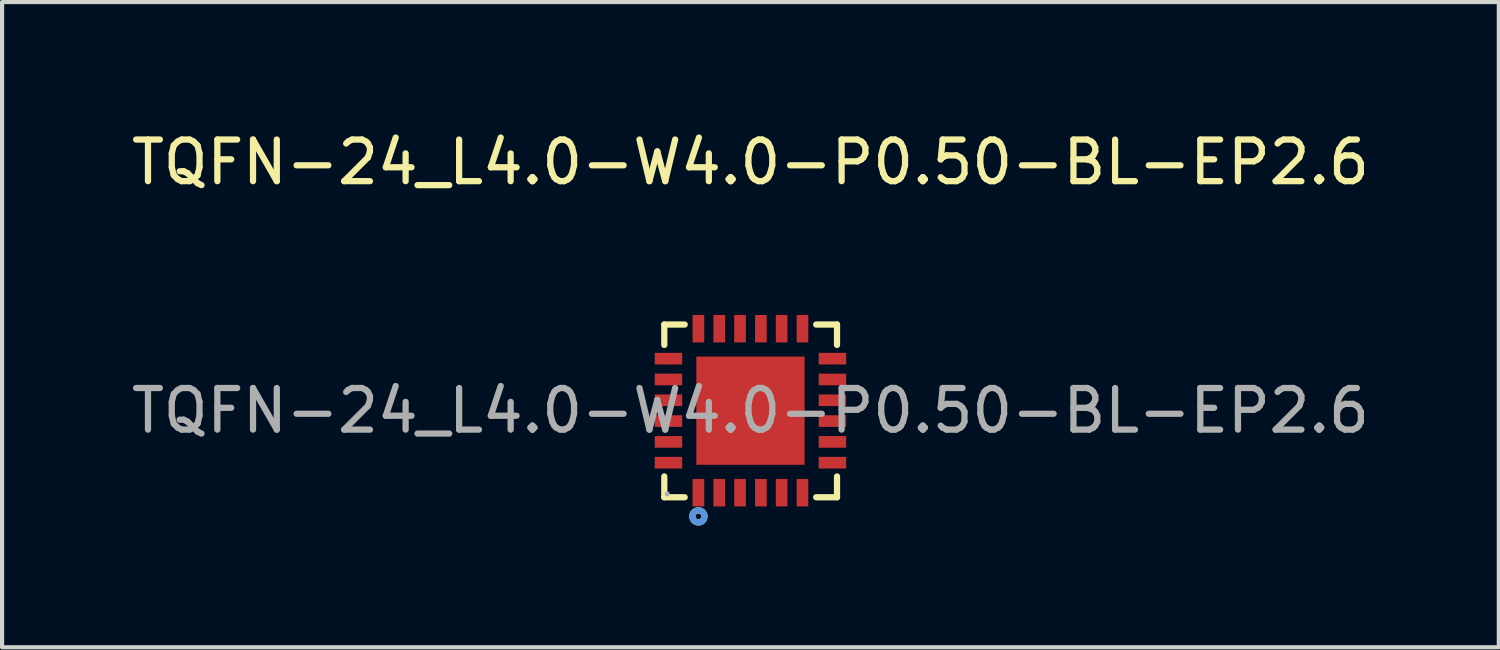
<source format=kicad_pcb>
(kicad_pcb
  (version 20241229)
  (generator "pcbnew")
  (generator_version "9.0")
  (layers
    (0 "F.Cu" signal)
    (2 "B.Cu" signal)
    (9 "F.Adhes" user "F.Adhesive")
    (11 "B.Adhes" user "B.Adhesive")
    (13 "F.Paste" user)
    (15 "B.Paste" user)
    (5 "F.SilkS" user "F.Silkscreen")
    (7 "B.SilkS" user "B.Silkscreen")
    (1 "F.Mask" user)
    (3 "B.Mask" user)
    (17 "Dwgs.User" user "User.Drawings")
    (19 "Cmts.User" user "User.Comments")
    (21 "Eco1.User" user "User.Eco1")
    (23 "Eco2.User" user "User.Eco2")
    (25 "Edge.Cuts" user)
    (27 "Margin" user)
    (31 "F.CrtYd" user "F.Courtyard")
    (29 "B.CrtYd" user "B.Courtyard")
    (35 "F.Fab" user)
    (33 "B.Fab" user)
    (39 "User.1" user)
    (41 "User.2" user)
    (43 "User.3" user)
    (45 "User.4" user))
  (footprint "TQFN-24_L4.0-W4.0-P0.50-BL-EP2.6"
    (layer "F.Cu")
    (at 14.982 6.818)
    (property "Reference" "TQFN-24_L4.0-W4.0-P0.50-BL-EP2.6" (at 0 -5.97 0) (layer "F.SilkS") (effects (font (size 1 1) (thickness 0.15))))
    (attr smd)
    (fp_line (start -2.07 -2.07) (end -1.58 -2.07) (stroke (width 0.15) (type solid)) (layer "F.SilkS"))
    (fp_line (start -2.07 -1.58) (end -2.07 -2.07) (stroke (width 0.15) (type solid)) (layer "F.SilkS"))
    (fp_line (start -2.07 1.58) (end -2.07 2.08) (stroke (width 0.15) (type solid)) (layer "F.SilkS"))
    (fp_line (start -2.07 2.08) (end -1.58 2.08) (stroke (width 0.15) (type solid)) (layer "F.SilkS"))
    (fp_line (start 2.08 -2.07) (end 1.58 -2.07) (stroke (width 0.15) (type solid)) (layer "F.SilkS"))
    (fp_line (start 2.08 -1.58) (end 2.08 -2.07) (stroke (width 0.15) (type solid)) (layer "F.SilkS"))
    (fp_line (start 2.08 1.58) (end 2.08 2.08) (stroke (width 0.15) (type solid)) (layer "F.SilkS"))
    (fp_line (start 2.08 2.08) (end 1.58 2.08) (stroke (width 0.15) (type solid)) (layer "F.SilkS"))
    (fp_circle (center -1.25 2.54) (end -1.18 2.54) (stroke (width 0.15) (type solid)) (fill no) (layer "F.SilkS"))
    (fp_circle (center -1.25 2.54) (end -1.18 2.54) (stroke (width 0.15) (type solid)) (fill no) (layer "Cmts.User"))
    (fp_circle (center -2 2) (end -1.97 2) (stroke (width 0.06) (type solid)) (fill no) (layer "F.Fab"))
    (fp_text user "${REFERENCE}" (at 0 0 0) (layer "F.Fab") (effects (font (size 1 1) (thickness 0.15))))
    (pad "1" smd rect (at -1.25 1.97 90) (size 0.66 0.28) (layers "F.Cu" "F.Mask" "F.Paste"))
    (pad "2" smd rect (at -0.75 1.97 90) (size 0.66 0.28) (layers "F.Cu" "F.Mask" "F.Paste"))
    (pad "3" smd rect (at -0.25 1.97 90) (size 0.66 0.28) (layers "F.Cu" "F.Mask" "F.Paste"))
    (pad "4" smd rect (at 0.25 1.97 90) (size 0.66 0.28) (layers "F.Cu" "F.Mask" "F.Paste"))
    (pad "5" smd rect (at 0.75 1.97 90) (size 0.66 0.28) (layers "F.Cu" "F.Mask" "F.Paste"))
    (pad "6" smd rect (at 1.25 1.97 90) (size 0.66 0.28) (layers "F.Cu" "F.Mask" "F.Paste"))
    (pad "7" smd rect (at 1.97 1.25 90) (size 0.28 0.66) (layers "F.Cu" "F.Mask" "F.Paste"))
    (pad "8" smd rect (at 1.97 0.75 90) (size 0.28 0.66) (layers "F.Cu" "F.Mask" "F.Paste"))
    (pad "9" smd rect (at 1.97 0.25 90) (size 0.28 0.66) (layers "F.Cu" "F.Mask" "F.Paste"))
    (pad "10" smd rect (at 1.97 -0.25 90) (size 0.28 0.66) (layers "F.Cu" "F.Mask" "F.Paste"))
    (pad "11" smd rect (at 1.97 -0.75 90) (size 0.28 0.66) (layers "F.Cu" "F.Mask" "F.Paste"))
    (pad "12" smd rect (at 1.97 -1.25 90) (size 0.28 0.66) (layers "F.Cu" "F.Mask" "F.Paste"))
    (pad "13" smd rect (at 1.25 -1.97 90) (size 0.66 0.28) (layers "F.Cu" "F.Mask" "F.Paste"))
    (pad "14" smd rect (at 0.75 -1.97 90) (size 0.66 0.28) (layers "F.Cu" "F.Mask" "F.Paste"))
    (pad "15" smd rect (at 0.25 -1.97 90) (size 0.66 0.28) (layers "F.Cu" "F.Mask" "F.Paste"))
    (pad "16" smd rect (at -0.25 -1.97 90) (size 0.66 0.28) (layers "F.Cu" "F.Mask" "F.Paste"))
    (pad "17" smd rect (at -0.75 -1.97 90) (size 0.66 0.28) (layers "F.Cu" "F.Mask" "F.Paste"))
    (pad "18" smd rect (at -1.25 -1.97 90) (size 0.66 0.28) (layers "F.Cu" "F.Mask" "F.Paste"))
    (pad "19" smd rect (at -1.97 -1.25 90) (size 0.28 0.66) (layers "F.Cu" "F.Mask" "F.Paste"))
    (pad "20" smd rect (at -1.97 -0.75 90) (size 0.28 0.66) (layers "F.Cu" "F.Mask" "F.Paste"))
    (pad "21" smd rect (at -1.97 -0.25 90) (size 0.28 0.66) (layers "F.Cu" "F.Mask" "F.Paste"))
    (pad "22" smd rect (at -1.97 0.25 90) (size 0.28 0.66) (layers "F.Cu" "F.Mask" "F.Paste"))
    (pad "23" smd rect (at -1.97 0.75 90) (size 0.28 0.66) (layers "F.Cu" "F.Mask" "F.Paste"))
    (pad "24" smd rect (at -1.97 1.25 90) (size 0.28 0.66) (layers "F.Cu" "F.Mask" "F.Paste"))
    (pad "25" smd rect (at 0 0 90) (size 2.6 2.6) (layers "F.Cu" "F.Mask" "F.Paste")))
  (gr_rect
    (start -3 -3)
    (end 32.964 12.503)
    (stroke (width 0.1) (type default))
    (fill no)
    (layer "Edge.Cuts")))
</source>
